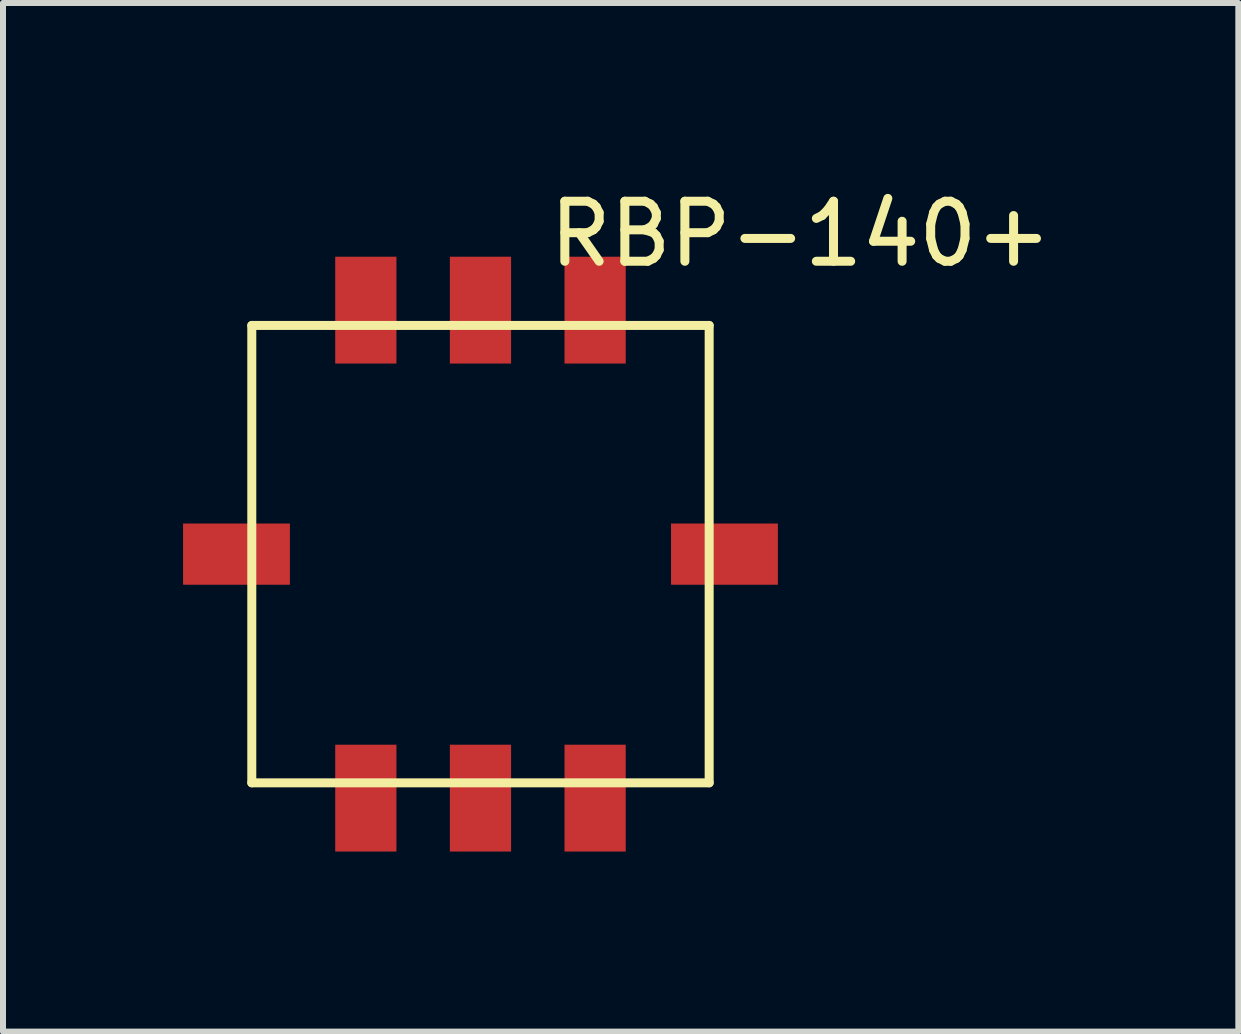
<source format=kicad_pcb>
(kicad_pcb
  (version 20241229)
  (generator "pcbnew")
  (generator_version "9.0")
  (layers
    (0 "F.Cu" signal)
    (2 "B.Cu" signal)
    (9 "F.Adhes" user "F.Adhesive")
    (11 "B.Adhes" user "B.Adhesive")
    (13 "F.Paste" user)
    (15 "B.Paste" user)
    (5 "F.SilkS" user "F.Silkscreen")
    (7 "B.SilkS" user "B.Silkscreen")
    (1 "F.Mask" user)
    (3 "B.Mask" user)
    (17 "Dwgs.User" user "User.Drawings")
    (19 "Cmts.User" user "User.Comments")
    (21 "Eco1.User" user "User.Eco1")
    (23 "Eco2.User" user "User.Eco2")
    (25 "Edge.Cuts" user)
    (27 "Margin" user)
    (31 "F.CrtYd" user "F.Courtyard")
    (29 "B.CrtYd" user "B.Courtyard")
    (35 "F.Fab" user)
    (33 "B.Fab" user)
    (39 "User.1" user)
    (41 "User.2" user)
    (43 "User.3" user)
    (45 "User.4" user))
  (footprint "RBP-140+"
    (layer "F.Cu")
    (at 4.955 6.182)
    (property "Reference" "RBP-140+" (at 5.334 -5.334 0) (layer "F.SilkS") (effects (font (size 1 1) (thickness 0.15))))
    (attr smd)
    (fp_line (start -3.81 -3.81) (end -3.81 3.81) (stroke (width 0.15) (type solid)) (layer "F.SilkS"))
    (fp_line (start -3.81 3.81) (end 3.81 3.81) (stroke (width 0.15) (type solid)) (layer "F.SilkS"))
    (fp_line (start 3.81 -3.81) (end -3.81 -3.81) (stroke (width 0.15) (type solid)) (layer "F.SilkS"))
    (fp_line (start 3.81 3.81) (end 3.81 -3.81) (stroke (width 0.15) (type solid)) (layer "F.SilkS"))
    (pad "1" smd rect (at -1.91 4.065) (size 1.02 1.78) (layers "F.Cu" "F.Mask" "F.Paste"))
    (pad "2" smd rect (at 0 4.065) (size 1.02 1.78) (layers "F.Cu" "F.Mask" "F.Paste"))
    (pad "3" smd rect (at 1.91 4.065 180) (size 1.02 1.78) (layers "F.Cu" "F.Mask" "F.Paste"))
    (pad "4" smd rect (at 4.065 0 90) (size 1.02 1.78) (layers "F.Cu" "F.Mask" "F.Paste"))
    (pad "5" smd rect (at 1.91 -4.065) (size 1.02 1.78) (layers "F.Cu" "F.Mask" "F.Paste"))
    (pad "6" smd rect (at 0 -4.065) (size 1.02 1.78) (layers "F.Cu" "F.Mask" "F.Paste"))
    (pad "7" smd rect (at -1.91 -4.065) (size 1.02 1.78) (layers "F.Cu" "F.Mask" "F.Paste"))
    (pad "8" smd rect (at -4.065 0 90) (size 1.02 1.78) (layers "F.Cu" "F.Mask" "F.Paste")))
  (gr_rect
    (start -3 -3)
    (end 17.581 14.137)
    (stroke (width 0.1) (type default))
    (fill no)
    (layer "Edge.Cuts")))
</source>
